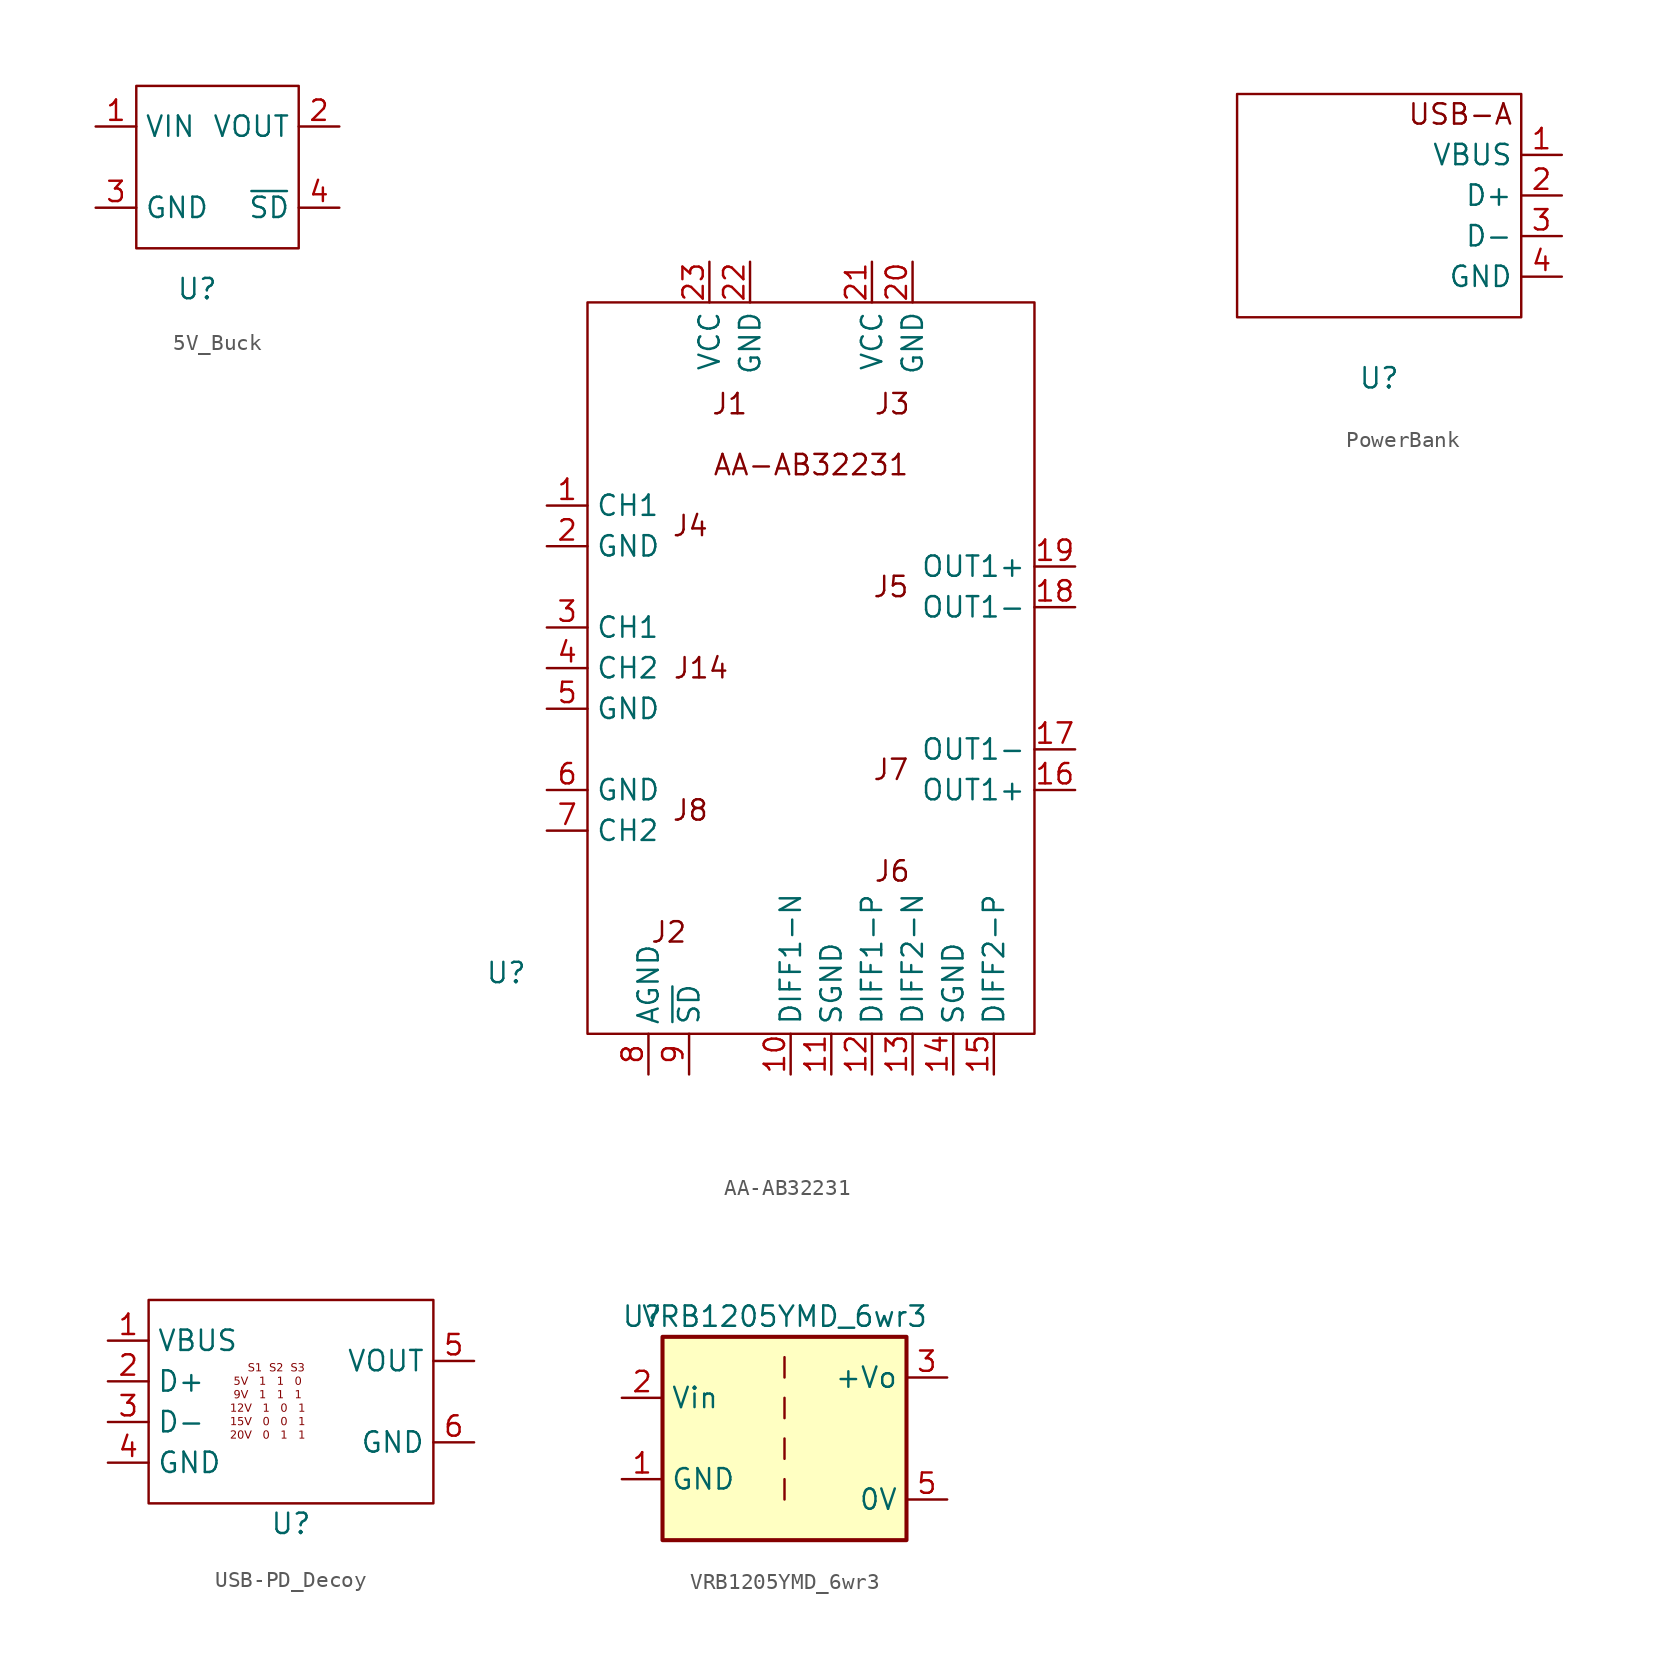
<source format=kicad_sym>
(kicad_symbol_lib
  (version 20220914)
  (generator kicad_symbol_editor)
  (symbol "5V_Buck"
    (property "Reference" "U"
      (at -1.27 -7.62 0)
      (effects (font (size 1.27 1.27))))
    (property "Value" ""
      (at 0 0 0)
      (effects (font (size 1.27 1.27))))
    (symbol "5V_Buck_0_1"
      (rectangle (start -5.08 5.08) (end 5.08 -5.08) (stroke (width 0) (type default)) (fill (type none))))
    (symbol "5V_Buck_1_1"
      (pin power_in line (at -7.62 2.54 0) (length 2.54) (name "VIN" (effects (font (size 1.27 1.27)))) (number "1" (effects (font (size 1.27 1.27)))))
      (pin power_out line (at 7.62 2.54 180) (length 2.54) (name "VOUT" (effects (font (size 1.27 1.27)))) (number "2" (effects (font (size 1.27 1.27)))))
      (pin power_in line (at -7.62 -2.54 0) (length 2.54) (name "GND" (effects (font (size 1.27 1.27)))) (number "3" (effects (font (size 1.27 1.27)))))
      (pin input line (at 7.62 -2.54 180) (length 2.54) (name "~{SD}" (effects (font (size 1.27 1.27)))) (number "4" (effects (font (size 1.27 1.27)))))))
  (symbol "AA-AB32231"
    (property "Reference" "U"
      (at -19.05 -19.05 0)
      (effects (font (size 1.27 1.27))))
    (property "Value" ""
      (at 0 31.75 90)
      (effects (font (size 1.27 1.27))))
    (symbol "AA-AB32231_1_1"
      (rectangle (start -13.97 22.86) (end 13.97 -22.86) (stroke (width 0) (type default)) (fill (type none)))
      (text "AA-AB32231" (at 0 12.7 0) (effects (font (size 1.27 1.27))))
      (text "J1" (at -5.08 16.51 0) (effects (font (size 1.27 1.27))))
      (text "J14" (at -5.08 0 0) (effects (font (size 1.27 1.27)) (justify right)))
      (text "J2" (at -8.89 -16.51 0) (effects (font (size 1.27 1.27))))
      (text "J3" (at 5.08 16.51 0) (effects (font (size 1.27 1.27))))
      (text "J4" (at -6.35 8.89 0) (effects (font (size 1.27 1.27)) (justify right)))
      (text "J5" (at 3.81 5.08 0) (effects (font (size 1.27 1.27)) (justify left)))
      (text "J6" (at 5.08 -12.7 0) (effects (font (size 1.27 1.27))))
      (text "J7" (at 3.81 -6.35 0) (effects (font (size 1.27 1.27)) (justify left)))
      (text "J8" (at -6.35 -8.89 0) (effects (font (size 1.27 1.27)) (justify right)))
      (pin input line (at -16.51 10.16 0) (length 2.54) (name "CH1" (effects (font (size 1.27 1.27)))) (number "1" (effects (font (size 1.27 1.27)))))
      (pin input line (at -1.27 -25.4 90) (length 2.54) (name "DIFF1-N" (effects (font (size 1.27 1.27)))) (number "10" (effects (font (size 1.27 1.27)))))
      (pin input line (at 1.27 -25.4 90) (length 2.54) (name "SGND" (effects (font (size 1.27 1.27)))) (number "11" (effects (font (size 1.27 1.27)))))
      (pin input line (at 3.81 -25.4 90) (length 2.54) (name "DIFF1-P" (effects (font (size 1.27 1.27)))) (number "12" (effects (font (size 1.27 1.27)))))
      (pin input line (at 6.35 -25.4 90) (length 2.54) (name "DIFF2-N" (effects (font (size 1.27 1.27)))) (number "13" (effects (font (size 1.27 1.27)))))
      (pin input line (at 8.89 -25.4 90) (length 2.54) (name "SGND" (effects (font (size 1.27 1.27)))) (number "14" (effects (font (size 1.27 1.27)))))
      (pin input line (at 11.43 -25.4 90) (length 2.54) (name "DIFF2-P" (effects (font (size 1.27 1.27)))) (number "15" (effects (font (size 1.27 1.27)))))
      (pin output line (at 16.51 -7.62 180) (length 2.54) (name "OUT1+" (effects (font (size 1.27 1.27)))) (number "16" (effects (font (size 1.27 1.27)))))
      (pin output line (at 16.51 -5.08 180) (length 2.54) (name "OUT1-" (effects (font (size 1.27 1.27)))) (number "17" (effects (font (size 1.27 1.27)))))
      (pin output line (at 16.51 3.81 180) (length 2.54) (name "OUT1-" (effects (font (size 1.27 1.27)))) (number "18" (effects (font (size 1.27 1.27)))))
      (pin output line (at 16.51 6.35 180) (length 2.54) (name "OUT1+" (effects (font (size 1.27 1.27)))) (number "19" (effects (font (size 1.27 1.27)))))
      (pin input line (at -16.51 7.62 0) (length 2.54) (name "GND" (effects (font (size 1.27 1.27)))) (number "2" (effects (font (size 1.27 1.27)))))
      (pin power_in line (at 6.35 25.4 270) (length 2.54) (name "GND" (effects (font (size 1.27 1.27)))) (number "20" (effects (font (size 1.27 1.27)))))
      (pin power_in line (at 3.81 25.4 270) (length 2.54) (name "VCC" (effects (font (size 1.27 1.27)))) (number "21" (effects (font (size 1.27 1.27)))))
      (pin power_in line (at -3.81 25.4 270) (length 2.54) (name "GND" (effects (font (size 1.27 1.27)))) (number "22" (effects (font (size 1.27 1.27)))))
      (pin power_in line (at -6.35 25.4 270) (length 2.54) (name "VCC" (effects (font (size 1.27 1.27)))) (number "23" (effects (font (size 1.27 1.27)))))
      (pin input line (at -16.51 2.54 0) (length 2.54) (name "CH1" (effects (font (size 1.27 1.27)))) (number "3" (effects (font (size 1.27 1.27)))))
      (pin input line (at -16.51 0 0) (length 2.54) (name "CH2" (effects (font (size 1.27 1.27)))) (number "4" (effects (font (size 1.27 1.27)))))
      (pin input line (at -16.51 -2.54 0) (length 2.54) (name "GND" (effects (font (size 1.27 1.27)))) (number "5" (effects (font (size 1.27 1.27)))))
      (pin input line (at -16.51 -7.62 0) (length 2.54) (name "GND" (effects (font (size 1.27 1.27)))) (number "6" (effects (font (size 1.27 1.27)))))
      (pin input line (at -16.51 -10.16 0) (length 2.54) (name "CH2" (effects (font (size 1.27 1.27)))) (number "7" (effects (font (size 1.27 1.27)))))
      (pin unspecified line (at -10.16 -25.4 90) (length 2.54) (name "AGND" (effects (font (size 1.27 1.27)))) (number "8" (effects (font (size 1.27 1.27)))))
      (pin input line (at -7.62 -25.4 90) (length 2.54) (name "~{SD}" (effects (font (size 1.27 1.27)))) (number "9" (effects (font (size 1.27 1.27)))))))
  (symbol "PowerBank"
    (property "Reference" "U"
      (at 0 -10.16 0)
      (effects (font (size 1.27 1.27))))
    (property "Value" ""
      (at 0 0 0)
      (effects (font (size 1.27 1.27))))
    (symbol "PowerBank_0_1"
      (rectangle (start -8.89 7.62) (end 8.89 -6.35) (stroke (width 0) (type default)) (fill (type none))))
    (symbol "PowerBank_1_1"
      (text "USB-A" (at 5.08 6.35 0) (effects (font (size 1.27 1.27))))
      (pin power_out line (at 11.43 3.81 180) (length 2.54) (name "VBUS" (effects (font (size 1.27 1.27)))) (number "1" (effects (font (size 1.27 1.27)))))
      (pin bidirectional line (at 11.43 1.27 180) (length 2.54) (name "D+" (effects (font (size 1.27 1.27)))) (number "2" (effects (font (size 1.27 1.27)))))
      (pin bidirectional line (at 11.43 -1.27 180) (length 2.54) (name "D-" (effects (font (size 1.27 1.27)))) (number "3" (effects (font (size 1.27 1.27)))))
      (pin power_out line (at 11.43 -3.81 180) (length 2.54) (name "GND" (effects (font (size 1.27 1.27)))) (number "4" (effects (font (size 1.27 1.27)))))))
  (symbol "USB-PD_Decoy"
    (property "Reference" "U"
      (at 0 -7.62 0)
      (effects (font (size 1.27 1.27))))
    (property "Value" ""
      (at 2.54 0 0)
      (effects (font (size 1.27 1.27))))
    (symbol "USB-PD_Decoy_0_1"
      (rectangle (start -8.89 6.35) (end 8.89 -6.35) (stroke (width 0) (type default)) (fill (type none))))
    (symbol "USB-PD_Decoy_1_1"
      (text "     S1  S2  S3\n 5V   1   1   0\n 9V   1   1   1\n12V   1   0   1\n15V   0   0   1\n20V   0   1   1" (at -3.81 0 0) (effects (font (face "Cousine Nerd Font") (size 0.5 0.5)) (justify left)))
      (pin power_in line (at -11.43 3.81 0) (length 2.54) (name "VBUS" (effects (font (size 1.27 1.27)))) (number "1" (effects (font (size 1.27 1.27)))))
      (pin bidirectional line (at -11.43 1.27 0) (length 2.54) (name "D+" (effects (font (size 1.27 1.27)))) (number "2" (effects (font (size 1.27 1.27)))))
      (pin bidirectional line (at -11.43 -1.27 0) (length 2.54) (name "D-" (effects (font (size 1.27 1.27)))) (number "3" (effects (font (size 1.27 1.27)))))
      (pin power_in line (at -11.43 -3.81 0) (length 2.54) (name "GND" (effects (font (size 1.27 1.27)))) (number "4" (effects (font (size 1.27 1.27)))))
      (pin power_out line (at 11.43 2.54 180) (length 2.54) (name "VOUT" (effects (font (size 1.27 1.27)))) (number "5" (effects (font (size 1.27 1.27)))))
      (pin power_out line (at 11.43 -2.54 180) (length 2.54) (name "GND" (effects (font (size 1.27 1.27)))) (number "6" (effects (font (size 1.27 1.27)))))))
  (symbol "VRB1205YMD_6wr3"
    (property "Reference" "U"
      (at -8.89 7.62 0)
      (effects (font (size 1.27 1.27))))
    (property "Value" "VRB1205YMD_6wr3"
      (at 0 7.62 0)
      (effects (font (size 1.27 1.27))))
    (symbol "VRB1205YMD_6wr3_0_1"
      (rectangle (start -7.62 6.35) (end 7.62 -6.35) (stroke (width 0.254) (type default)) (fill (type background)))
      (polyline (pts (xy 0 -2.54) (xy 0 -3.81)) (stroke (width 0) (type default)) (fill (type none)))
      (polyline (pts (xy 0 0) (xy 0 -1.27)) (stroke (width 0) (type default)) (fill (type none)))
      (polyline (pts (xy 0 2.54) (xy 0 1.27)) (stroke (width 0) (type default)) (fill (type none)))
      (polyline (pts (xy 0 5.08) (xy 0 3.81)) (stroke (width 0) (type default)) (fill (type none))))
    (symbol "VRB1205YMD_6wr3_1_1"
      (pin power_in line (at -10.16 -2.54 0) (length 2.54) (name "GND" (effects (font (size 1.27 1.27)))) (number "1" (effects (font (size 1.27 1.27)))))
      (pin power_in line (at -10.16 2.54 0) (length 2.54) (name "Vin" (effects (font (size 1.27 1.27)))) (number "2" (effects (font (size 1.27 1.27)))))
      (pin power_out line (at 10.16 3.81 180) (length 2.54) (name "+Vo" (effects (font (size 1.27 1.27)))) (number "3" (effects (font (size 1.27 1.27)))))
      (pin power_out line (at 10.16 -3.81 180) (length 2.54) (name "0V" (effects (font (size 1.27 1.27)))) (number "5" (effects (font (size 1.27 1.27))))))))
</source>
